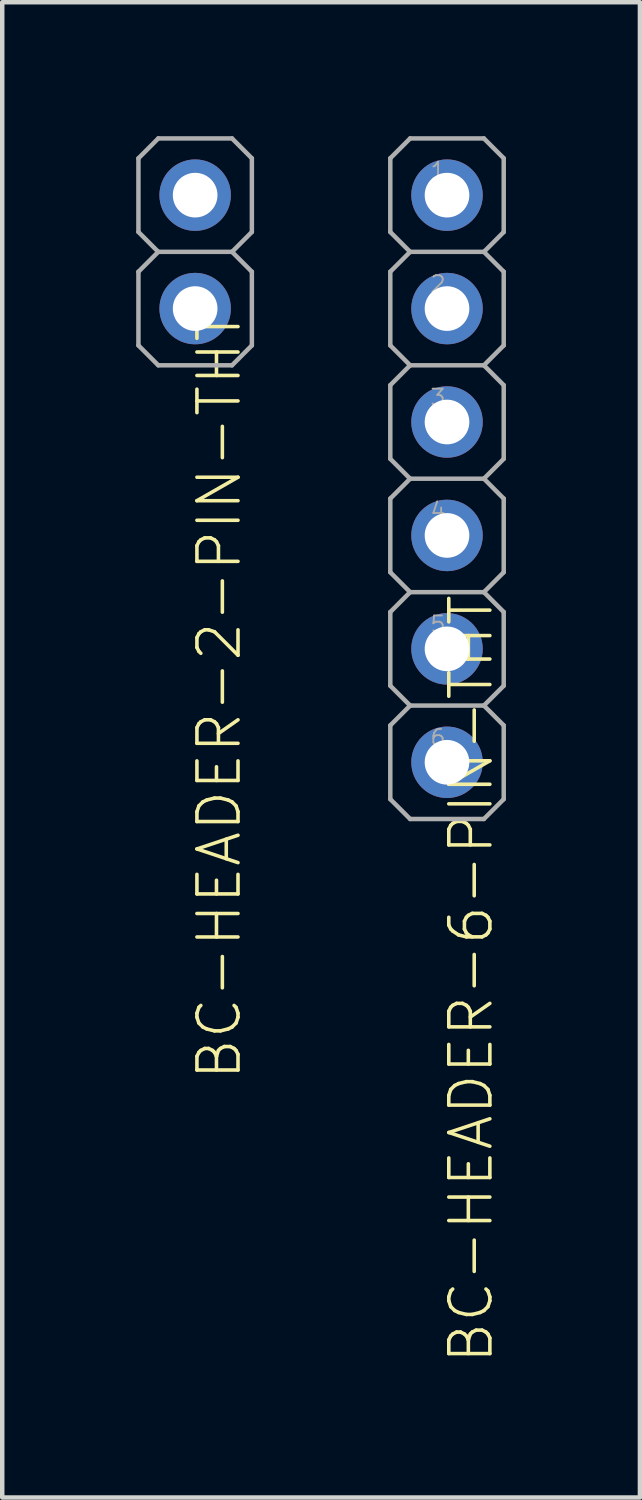
<source format=kicad_pcb>
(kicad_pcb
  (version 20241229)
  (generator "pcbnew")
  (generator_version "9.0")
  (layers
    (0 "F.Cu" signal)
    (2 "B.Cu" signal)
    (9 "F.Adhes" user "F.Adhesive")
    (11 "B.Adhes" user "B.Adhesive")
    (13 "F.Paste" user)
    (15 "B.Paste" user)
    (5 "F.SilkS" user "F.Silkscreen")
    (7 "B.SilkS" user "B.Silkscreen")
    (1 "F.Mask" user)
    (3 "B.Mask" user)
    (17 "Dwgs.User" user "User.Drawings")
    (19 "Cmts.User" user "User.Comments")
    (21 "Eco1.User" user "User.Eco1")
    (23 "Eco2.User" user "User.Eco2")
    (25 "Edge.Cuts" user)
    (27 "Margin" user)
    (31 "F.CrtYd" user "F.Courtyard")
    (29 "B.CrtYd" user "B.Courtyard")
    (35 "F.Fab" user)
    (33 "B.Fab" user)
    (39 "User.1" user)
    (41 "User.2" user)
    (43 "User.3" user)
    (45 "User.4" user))
  (footprint "BC-HEADER-2-PIN-THT"
    (layer "F.Cu")
    (at 1.32 2.59)
    (property "Reference" "BC-HEADER-2-PIN-THT" (at 0 1.27 90) (unlocked yes) (layer "F.SilkS") (effects (font (size 0.92 0.92) (thickness 0.08)) (justify right top)))
    (fp_line (start -1.27 -2.095) (end -1.27 -0.445) (stroke (width 0.1) (type solid)) (layer "F.Fab"))
    (fp_line (start -1.27 -0.445) (end -0.826 0) (stroke (width 0.1) (type solid)) (layer "F.Fab"))
    (fp_line (start -1.27 0.445) (end -1.27 2.095) (stroke (width 0.1) (type solid)) (layer "F.Fab"))
    (fp_line (start -1.27 2.095) (end -0.826 2.54) (stroke (width 0.1) (type solid)) (layer "F.Fab"))
    (fp_line (start -0.826 -2.54) (end -1.27 -2.095) (stroke (width 0.1) (type solid)) (layer "F.Fab"))
    (fp_line (start -0.826 -2.54) (end 0.826 -2.54) (stroke (width 0.1) (type solid)) (layer "F.Fab"))
    (fp_line (start -0.826 0) (end -1.27 0.445) (stroke (width 0.1) (type solid)) (layer "F.Fab"))
    (fp_line (start -0.826 0) (end 0.826 0) (stroke (width 0.1) (type solid)) (layer "F.Fab"))
    (fp_line (start -0.826 2.54) (end 0.826 2.54) (stroke (width 0.1) (type solid)) (layer "F.Fab"))
    (fp_line (start -0.31 -1.58) (end -0.31 -0.96) (stroke (width 0.1) (type solid)) (layer "F.Fab"))
    (fp_line (start -0.31 -0.96) (end 0.31 -0.96) (stroke (width 0.1) (type solid)) (layer "F.Fab"))
    (fp_line (start -0.31 0.96) (end -0.31 1.58) (stroke (width 0.1) (type solid)) (layer "F.Fab"))
    (fp_line (start -0.31 1.58) (end 0.31 1.58) (stroke (width 0.1) (type solid)) (layer "F.Fab"))
    (fp_line (start 0.31 -1.58) (end -0.31 -1.58) (stroke (width 0.1) (type solid)) (layer "F.Fab"))
    (fp_line (start 0.31 -0.96) (end 0.31 -1.58) (stroke (width 0.1) (type solid)) (layer "F.Fab"))
    (fp_line (start 0.31 0.96) (end -0.31 0.96) (stroke (width 0.1) (type solid)) (layer "F.Fab"))
    (fp_line (start 0.31 1.58) (end 0.31 0.96) (stroke (width 0.1) (type solid)) (layer "F.Fab"))
    (fp_line (start 0.826 0) (end 1.27 -0.445) (stroke (width 0.1) (type solid)) (layer "F.Fab"))
    (fp_line (start 0.826 2.54) (end 1.27 2.095) (stroke (width 0.1) (type solid)) (layer "F.Fab"))
    (fp_line (start 1.27 -2.095) (end 0.826 -2.54) (stroke (width 0.1) (type solid)) (layer "F.Fab"))
    (fp_line (start 1.27 -0.445) (end 1.27 -2.095) (stroke (width 0.1) (type solid)) (layer "F.Fab"))
    (fp_line (start 1.27 0.445) (end 0.826 0) (stroke (width 0.1) (type solid)) (layer "F.Fab"))
    (fp_line (start 1.27 2.095) (end 1.27 0.445) (stroke (width 0.1) (type solid)) (layer "F.Fab"))
    (pad "1" thru_hole circle (at 0 -1.27 180) (size 1.6 1.6) (drill 1) (layers "*.Cu" "*.Mask"))
    (pad "2" thru_hole circle (at 0 1.27 180) (size 1.6 1.6) (drill 1) (layers "*.Cu" "*.Mask")))
  (footprint "BC-HEADER-6-PIN-THT"
    (layer "F.Cu")
    (at 6.96 7.67)
    (property "Reference" "BC-HEADER-6-PIN-THT" (at 0 2.54 90) (unlocked yes) (layer "F.SilkS") (effects (font (size 0.92 0.92) (thickness 0.08)) (justify right top)))
    (fp_line (start -1.27 -7.176) (end -1.27 -5.524) (stroke (width 0.1) (type solid)) (layer "F.Fab"))
    (fp_line (start -1.27 -5.524) (end -0.826 -5.08) (stroke (width 0.1) (type solid)) (layer "F.Fab"))
    (fp_line (start -1.27 -4.636) (end -1.27 -2.985) (stroke (width 0.1) (type solid)) (layer "F.Fab"))
    (fp_line (start -1.27 -2.985) (end -0.826 -2.54) (stroke (width 0.1) (type solid)) (layer "F.Fab"))
    (fp_line (start -1.27 -2.095) (end -1.27 -0.445) (stroke (width 0.1) (type solid)) (layer "F.Fab"))
    (fp_line (start -1.27 -0.445) (end -0.826 0) (stroke (width 0.1) (type solid)) (layer "F.Fab"))
    (fp_line (start -1.27 0.445) (end -1.27 2.095) (stroke (width 0.1) (type solid)) (layer "F.Fab"))
    (fp_line (start -1.27 2.095) (end -0.826 2.54) (stroke (width 0.1) (type solid)) (layer "F.Fab"))
    (fp_line (start -1.27 2.985) (end -1.27 4.636) (stroke (width 0.1) (type solid)) (layer "F.Fab"))
    (fp_line (start -1.27 4.636) (end -0.826 5.08) (stroke (width 0.1) (type solid)) (layer "F.Fab"))
    (fp_line (start -1.27 5.524) (end -1.27 7.176) (stroke (width 0.1) (type solid)) (layer "F.Fab"))
    (fp_line (start -1.27 7.176) (end -0.826 7.62) (stroke (width 0.1) (type solid)) (layer "F.Fab"))
    (fp_line (start -0.826 -7.62) (end -1.27 -7.176) (stroke (width 0.1) (type solid)) (layer "F.Fab"))
    (fp_line (start -0.826 -7.62) (end 0.826 -7.62) (stroke (width 0.1) (type solid)) (layer "F.Fab"))
    (fp_line (start -0.826 -5.08) (end -1.27 -4.636) (stroke (width 0.1) (type solid)) (layer "F.Fab"))
    (fp_line (start -0.826 -5.08) (end 0.826 -5.08) (stroke (width 0.1) (type solid)) (layer "F.Fab"))
    (fp_line (start -0.826 -2.54) (end -1.27 -2.095) (stroke (width 0.1) (type solid)) (layer "F.Fab"))
    (fp_line (start -0.826 -2.54) (end 0.826 -2.54) (stroke (width 0.1) (type solid)) (layer "F.Fab"))
    (fp_line (start -0.826 0) (end -1.27 0.445) (stroke (width 0.1) (type solid)) (layer "F.Fab"))
    (fp_line (start -0.826 0) (end 0.826 0) (stroke (width 0.1) (type solid)) (layer "F.Fab"))
    (fp_line (start -0.826 2.54) (end -1.27 2.985) (stroke (width 0.1) (type solid)) (layer "F.Fab"))
    (fp_line (start -0.826 2.54) (end 0.826 2.54) (stroke (width 0.1) (type solid)) (layer "F.Fab"))
    (fp_line (start -0.826 5.08) (end -1.27 5.524) (stroke (width 0.1) (type solid)) (layer "F.Fab"))
    (fp_line (start -0.826 5.08) (end 0.826 5.08) (stroke (width 0.1) (type solid)) (layer "F.Fab"))
    (fp_line (start -0.826 7.62) (end 0.826 7.62) (stroke (width 0.1) (type solid)) (layer "F.Fab"))
    (fp_line (start -0.31 -6.66) (end -0.31 -6.04) (stroke (width 0.1) (type solid)) (layer "F.Fab"))
    (fp_line (start -0.31 -6.04) (end 0.31 -6.04) (stroke (width 0.1) (type solid)) (layer "F.Fab"))
    (fp_line (start -0.31 -4.12) (end -0.31 -3.5) (stroke (width 0.1) (type solid)) (layer "F.Fab"))
    (fp_line (start -0.31 -3.5) (end 0.31 -3.5) (stroke (width 0.1) (type solid)) (layer "F.Fab"))
    (fp_line (start -0.31 -1.58) (end -0.31 -0.96) (stroke (width 0.1) (type solid)) (layer "F.Fab"))
    (fp_line (start -0.31 -0.96) (end 0.31 -0.96) (stroke (width 0.1) (type solid)) (layer "F.Fab"))
    (fp_line (start -0.31 0.96) (end -0.31 1.58) (stroke (width 0.1) (type solid)) (layer "F.Fab"))
    (fp_line (start -0.31 1.58) (end 0.31 1.58) (stroke (width 0.1) (type solid)) (layer "F.Fab"))
    (fp_line (start -0.31 3.5) (end -0.31 4.12) (stroke (width 0.1) (type solid)) (layer "F.Fab"))
    (fp_line (start -0.31 4.12) (end 0.31 4.12) (stroke (width 0.1) (type solid)) (layer "F.Fab"))
    (fp_line (start -0.31 6.04) (end -0.31 6.66) (stroke (width 0.1) (type solid)) (layer "F.Fab"))
    (fp_line (start -0.31 6.66) (end 0.31 6.66) (stroke (width 0.1) (type solid)) (layer "F.Fab"))
    (fp_line (start 0.31 -6.66) (end -0.31 -6.66) (stroke (width 0.1) (type solid)) (layer "F.Fab"))
    (fp_line (start 0.31 -6.04) (end 0.31 -6.66) (stroke (width 0.1) (type solid)) (layer "F.Fab"))
    (fp_line (start 0.31 -4.12) (end -0.31 -4.12) (stroke (width 0.1) (type solid)) (layer "F.Fab"))
    (fp_line (start 0.31 -3.5) (end 0.31 -4.12) (stroke (width 0.1) (type solid)) (layer "F.Fab"))
    (fp_line (start 0.31 -1.58) (end -0.31 -1.58) (stroke (width 0.1) (type solid)) (layer "F.Fab"))
    (fp_line (start 0.31 -0.96) (end 0.31 -1.58) (stroke (width 0.1) (type solid)) (layer "F.Fab"))
    (fp_line (start 0.31 0.96) (end -0.31 0.96) (stroke (width 0.1) (type solid)) (layer "F.Fab"))
    (fp_line (start 0.31 1.58) (end 0.31 0.96) (stroke (width 0.1) (type solid)) (layer "F.Fab"))
    (fp_line (start 0.31 3.5) (end -0.31 3.5) (stroke (width 0.1) (type solid)) (layer "F.Fab"))
    (fp_line (start 0.31 4.12) (end 0.31 3.5) (stroke (width 0.1) (type solid)) (layer "F.Fab"))
    (fp_line (start 0.31 6.04) (end -0.31 6.04) (stroke (width 0.1) (type solid)) (layer "F.Fab"))
    (fp_line (start 0.31 6.66) (end 0.31 6.04) (stroke (width 0.1) (type solid)) (layer "F.Fab"))
    (fp_line (start 0.826 -5.08) (end 1.27 -5.524) (stroke (width 0.1) (type solid)) (layer "F.Fab"))
    (fp_line (start 0.826 -2.54) (end 1.27 -2.985) (stroke (width 0.1) (type solid)) (layer "F.Fab"))
    (fp_line (start 0.826 0) (end 1.27 -0.445) (stroke (width 0.1) (type solid)) (layer "F.Fab"))
    (fp_line (start 0.826 2.54) (end 1.27 2.095) (stroke (width 0.1) (type solid)) (layer "F.Fab"))
    (fp_line (start 0.826 5.08) (end 1.27 4.636) (stroke (width 0.1) (type solid)) (layer "F.Fab"))
    (fp_line (start 0.826 7.62) (end 1.27 7.176) (stroke (width 0.1) (type solid)) (layer "F.Fab"))
    (fp_line (start 1.27 -7.176) (end 0.826 -7.62) (stroke (width 0.1) (type solid)) (layer "F.Fab"))
    (fp_line (start 1.27 -5.524) (end 1.27 -7.176) (stroke (width 0.1) (type solid)) (layer "F.Fab"))
    (fp_line (start 1.27 -4.636) (end 0.826 -5.08) (stroke (width 0.1) (type solid)) (layer "F.Fab"))
    (fp_line (start 1.27 -2.985) (end 1.27 -4.636) (stroke (width 0.1) (type solid)) (layer "F.Fab"))
    (fp_line (start 1.27 -2.095) (end 0.826 -2.54) (stroke (width 0.1) (type solid)) (layer "F.Fab"))
    (fp_line (start 1.27 -0.445) (end 1.27 -2.095) (stroke (width 0.1) (type solid)) (layer "F.Fab"))
    (fp_line (start 1.27 0.445) (end 0.826 0) (stroke (width 0.1) (type solid)) (layer "F.Fab"))
    (fp_line (start 1.27 2.095) (end 1.27 0.445) (stroke (width 0.1) (type solid)) (layer "F.Fab"))
    (fp_line (start 1.27 2.985) (end 0.826 2.54) (stroke (width 0.1) (type solid)) (layer "F.Fab"))
    (fp_line (start 1.27 4.636) (end 1.27 2.985) (stroke (width 0.1) (type solid)) (layer "F.Fab"))
    (fp_line (start 1.27 5.524) (end 0.826 5.08) (stroke (width 0.1) (type solid)) (layer "F.Fab"))
    (fp_line (start 1.27 7.176) (end 1.27 5.524) (stroke (width 0.1) (type solid)) (layer "F.Fab"))
    (fp_text user "2" (at 0 -4.572 0) (layer "F.Fab") (effects (font (size 0.366 0.366) (thickness 0.041)) (justify right top)))
    (fp_text user "6" (at 0 5.588 0) (layer "F.Fab") (effects (font (size 0.366 0.366) (thickness 0.041)) (justify right top)))
    (fp_text user "4" (at 0 0.508 0) (layer "F.Fab") (effects (font (size 0.366 0.366) (thickness 0.041)) (justify right top)))
    (fp_text user "5" (at 0 3.048 0) (layer "F.Fab") (effects (font (size 0.366 0.366) (thickness 0.041)) (justify right top)))
    (fp_text user "3" (at 0 -2.032 0) (layer "F.Fab") (effects (font (size 0.366 0.366) (thickness 0.041)) (justify right top)))
    (fp_text user "1" (at 0 -7.112 0) (layer "F.Fab") (effects (font (size 0.366 0.366) (thickness 0.041)) (justify right top)))
    (pad "1" thru_hole circle (at 0 -6.35 180) (size 1.6 1.6) (drill 1) (layers "*.Cu" "*.Mask"))
    (pad "2" thru_hole circle (at 0 -3.81 180) (size 1.6 1.6) (drill 1) (layers "*.Cu" "*.Mask"))
    (pad "3" thru_hole circle (at 0 -1.27 180) (size 1.6 1.6) (drill 1) (layers "*.Cu" "*.Mask"))
    (pad "4" thru_hole circle (at 0 1.27 180) (size 1.6 1.6) (drill 1) (layers "*.Cu" "*.Mask"))
    (pad "5" thru_hole circle (at 0 3.81 180) (size 1.6 1.6) (drill 1) (layers "*.Cu" "*.Mask"))
    (pad "6" thru_hole circle (at 0 6.35 180) (size 1.6 1.6) (drill 1) (layers "*.Cu" "*.Mask")))
  (gr_rect
    (start -3 -3)
    (end 11.28 30.483)
    (stroke (width 0.1) (type default))
    (fill no)
    (layer "Edge.Cuts")))
</source>
